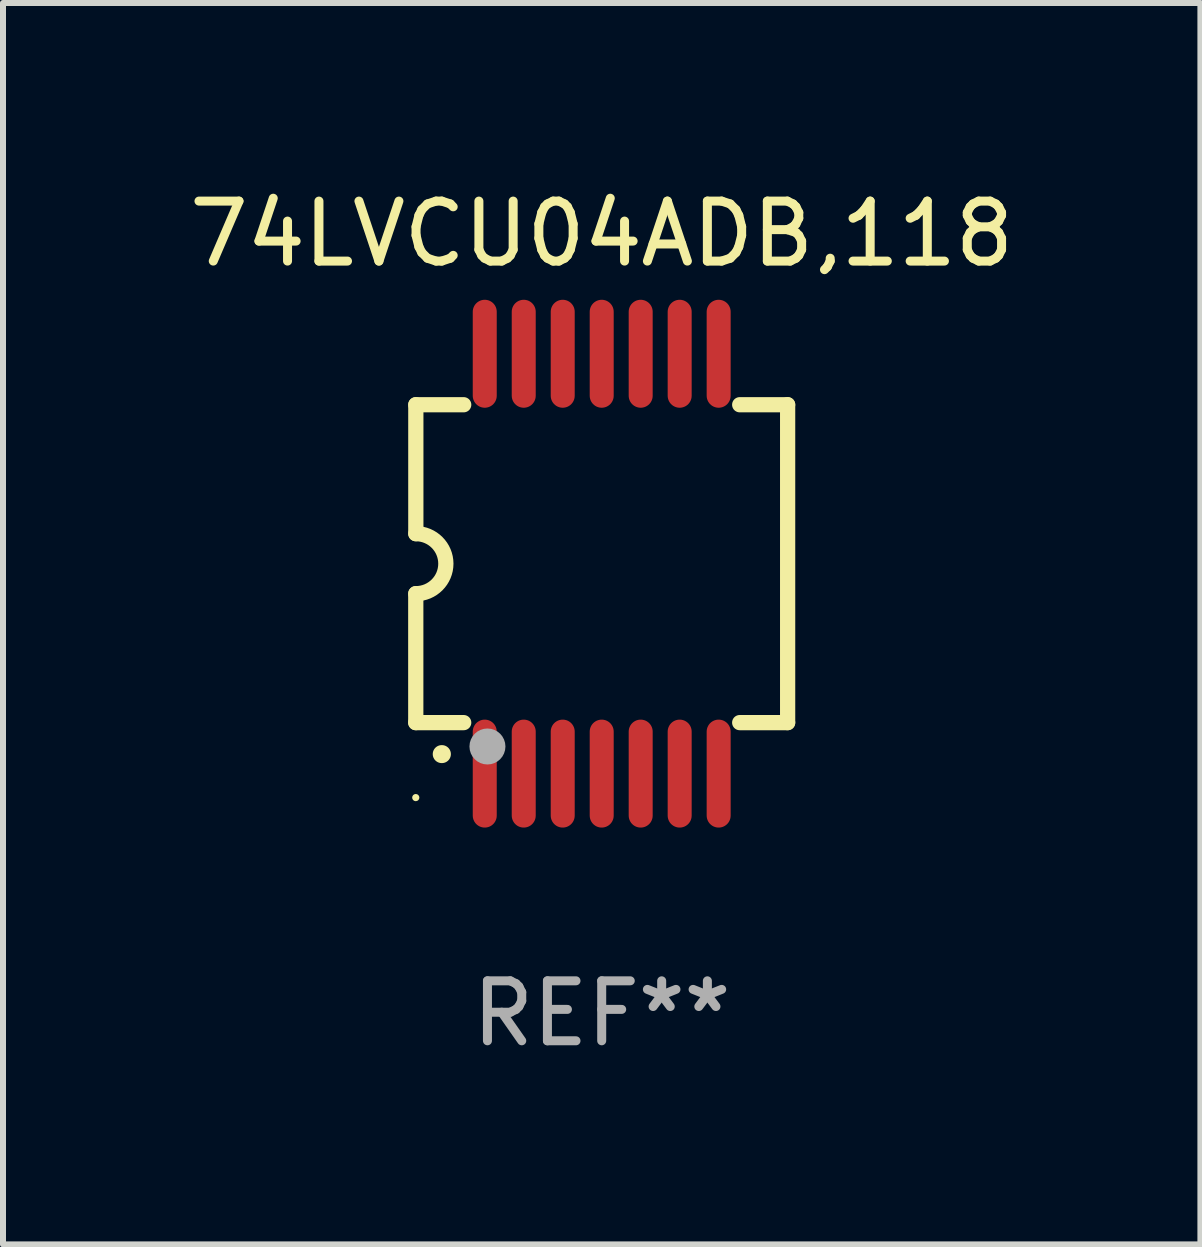
<source format=kicad_pcb>
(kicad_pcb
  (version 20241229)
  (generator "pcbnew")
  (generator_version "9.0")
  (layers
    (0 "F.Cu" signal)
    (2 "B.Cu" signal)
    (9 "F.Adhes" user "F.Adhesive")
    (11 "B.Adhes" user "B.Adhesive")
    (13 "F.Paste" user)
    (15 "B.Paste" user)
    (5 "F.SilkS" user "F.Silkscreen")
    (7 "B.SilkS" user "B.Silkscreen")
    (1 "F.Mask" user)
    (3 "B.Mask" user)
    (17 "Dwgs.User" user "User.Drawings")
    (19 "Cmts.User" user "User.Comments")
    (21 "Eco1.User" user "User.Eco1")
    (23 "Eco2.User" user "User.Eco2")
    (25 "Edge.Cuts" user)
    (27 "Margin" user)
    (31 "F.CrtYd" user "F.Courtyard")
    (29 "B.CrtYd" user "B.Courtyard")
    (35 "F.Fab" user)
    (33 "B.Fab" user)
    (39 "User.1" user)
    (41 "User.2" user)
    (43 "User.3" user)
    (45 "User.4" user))
  (footprint "74LVCU04ADB,118"
    (layer "F.Cu")
    (at 6.982 6.348)
    (property "Reference" "74LVCU04ADB,118" (at 0 -5.5 0) (layer "F.SilkS") (effects (font (size 1 1) (thickness 0.15))))
    (attr through_hole)
    (fp_line (start -3.1 2.65) (end -3.1 0.5) (stroke (width 0.254) (type solid)) (layer "F.SilkS"))
    (fp_line (start -3.099 -2.65) (end -2.301 -2.65) (stroke (width 0.254) (type solid)) (layer "F.SilkS"))
    (fp_line (start -3.099 -0.5) (end -3.099 -2.65) (stroke (width 0.254) (type solid)) (layer "F.SilkS"))
    (fp_line (start -2.301 2.65) (end -3.1 2.65) (stroke (width 0.254) (type solid)) (layer "F.SilkS"))
    (fp_line (start 2.301 -2.65) (end 3.1 -2.65) (stroke (width 0.254) (type solid)) (layer "F.SilkS"))
    (fp_line (start 3.1 -2.65) (end 3.1 2.65) (stroke (width 0.254) (type solid)) (layer "F.SilkS"))
    (fp_line (start 3.1 2.65) (end 2.301 2.65) (stroke (width 0.254) (type solid)) (layer "F.SilkS"))
    (fp_arc (start -3.098806 -0.500381) (mid -2.598806 0) (end -3.098806 0.500381) (stroke (width 0.254001) (type solid)) (layer "F.SilkS"))
    (fp_arc (start -2.667005 3.175006) (mid -2.665735 3.175001) (end -2.664465 3.175006) (stroke (width 0.3) (type solid)) (layer "F.SilkS"))
    (fp_circle (center -3.1 3.9) (end -3.07 3.9) (stroke (width 0.06) (type solid)) (fill no) (layer "F.SilkS"))
    (fp_circle (center -1.905 3.048) (end -1.755 3.048) (stroke (width 0.3) (type solid)) (fill no) (layer "F.Fab"))
    (fp_text user "REF**" (at 0 7.5 0) (layer "F.Fab") (effects (font (size 1 1) (thickness 0.15))))
    (pad "1" smd oval (at -1.95 3.5 270) (size 1.8 0.4) (layers "F.Cu" "F.Mask" "F.Paste"))
    (pad "2" smd oval (at -1.3 3.5 270) (size 1.8 0.4) (layers "F.Cu" "F.Mask" "F.Paste"))
    (pad "3" smd oval (at -0.65 3.5 270) (size 1.8 0.4) (layers "F.Cu" "F.Mask" "F.Paste"))
    (pad "4" smd oval (at 0 3.5 270) (size 1.8 0.4) (layers "F.Cu" "F.Mask" "F.Paste"))
    (pad "5" smd oval (at 0.65 3.5 270) (size 1.8 0.4) (layers "F.Cu" "F.Mask" "F.Paste"))
    (pad "6" smd oval (at 1.3 3.5 270) (size 1.8 0.4) (layers "F.Cu" "F.Mask" "F.Paste"))
    (pad "7" smd oval (at 1.95 3.5 270) (size 1.8 0.4) (layers "F.Cu" "F.Mask" "F.Paste"))
    (pad "8" smd oval (at 1.95 -3.5 90) (size 1.8 0.4) (layers "F.Cu" "F.Mask" "F.Paste"))
    (pad "9" smd oval (at 1.3 -3.5 90) (size 1.8 0.4) (layers "F.Cu" "F.Mask" "F.Paste"))
    (pad "10" smd oval (at 0.65 -3.5 90) (size 1.8 0.4) (layers "F.Cu" "F.Mask" "F.Paste"))
    (pad "11" smd oval (at 0 -3.5 90) (size 1.8 0.4) (layers "F.Cu" "F.Mask" "F.Paste"))
    (pad "12" smd oval (at -0.65 -3.5 90) (size 1.8 0.4) (layers "F.Cu" "F.Mask" "F.Paste"))
    (pad "13" smd oval (at -1.3 -3.5 90) (size 1.8 0.4) (layers "F.Cu" "F.Mask" "F.Paste"))
    (pad "14" smd oval (at -1.95 -3.5 90) (size 1.8 0.4) (layers "F.Cu" "F.Mask" "F.Paste")))
  (gr_rect
    (start -3 -3)
    (end 16.964 17.697)
    (stroke (width 0.1) (type default))
    (fill no)
    (layer "Edge.Cuts")))
</source>
